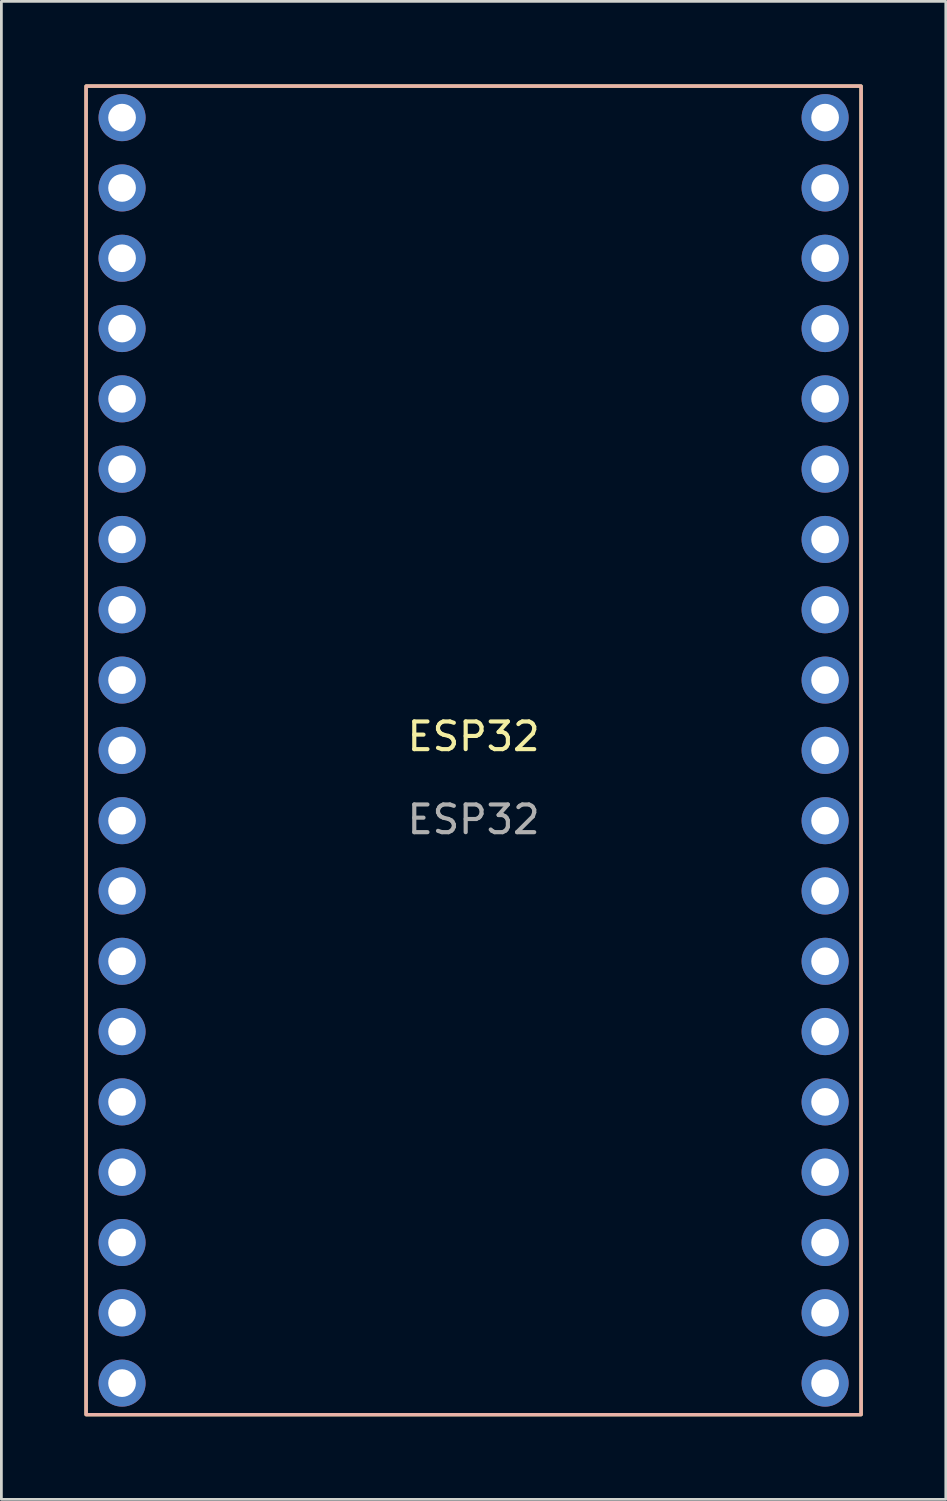
<source format=kicad_pcb>
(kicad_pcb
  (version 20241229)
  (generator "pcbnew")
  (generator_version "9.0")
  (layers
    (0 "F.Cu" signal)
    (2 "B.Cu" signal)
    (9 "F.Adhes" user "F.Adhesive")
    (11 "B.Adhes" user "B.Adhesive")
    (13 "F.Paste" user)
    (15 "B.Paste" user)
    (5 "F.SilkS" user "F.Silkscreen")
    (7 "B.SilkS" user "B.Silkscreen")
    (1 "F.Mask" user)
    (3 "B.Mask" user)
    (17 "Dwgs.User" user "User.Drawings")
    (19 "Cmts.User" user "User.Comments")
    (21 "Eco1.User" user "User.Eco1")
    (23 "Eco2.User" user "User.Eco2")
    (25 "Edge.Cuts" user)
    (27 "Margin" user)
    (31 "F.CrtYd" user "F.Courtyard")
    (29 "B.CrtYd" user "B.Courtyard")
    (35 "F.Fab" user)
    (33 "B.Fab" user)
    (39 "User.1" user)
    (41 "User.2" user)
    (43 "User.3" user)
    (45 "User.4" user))
  (footprint "ESP32"
    (layer "F.Cu")
    (at 14.06 24.06)
    (property "Reference" "ESP32" (at 0 -0.5 0) (unlocked yes) (layer "F.SilkS") (effects (font (size 1 1) (thickness 0.15))))
    (attr through_hole)
    (fp_rect (start -14 -24) (end 14 24) (stroke (width 0.12) (type solid)) (fill no) (layer "F.SilkS"))
    (fp_rect (start -14 -24) (end 14 24) (stroke (width 0.12) (type solid)) (fill no) (layer "B.SilkS"))
    (fp_text user "${REFERENCE}" (at 0 2.5 0) (unlocked yes) (layer "F.Fab") (effects (font (size 1 1) (thickness 0.15))))
    (pad "1" thru_hole circle (at -12.7 -22.86) (size 1.7 1.7) (drill 1) (layers "*.Cu" "*.Mask"))
    (pad "2" thru_hole circle (at -12.7 -20.32) (size 1.7 1.7) (drill 1) (layers "*.Cu" "*.Mask"))
    (pad "3" thru_hole circle (at -12.7 -17.78) (size 1.7 1.7) (drill 1) (layers "*.Cu" "*.Mask"))
    (pad "4" thru_hole circle (at -12.7 -15.24) (size 1.7 1.7) (drill 1) (layers "*.Cu" "*.Mask"))
    (pad "5" thru_hole circle (at -12.7 -12.7) (size 1.7 1.7) (drill 1) (layers "*.Cu" "*.Mask"))
    (pad "6" thru_hole circle (at -12.7 -10.16) (size 1.7 1.7) (drill 1) (layers "*.Cu" "*.Mask"))
    (pad "7" thru_hole circle (at -12.7 -7.62) (size 1.7 1.7) (drill 1) (layers "*.Cu" "*.Mask"))
    (pad "8" thru_hole circle (at -12.7 -5.08) (size 1.7 1.7) (drill 1) (layers "*.Cu" "*.Mask"))
    (pad "9" thru_hole circle (at -12.7 -2.54) (size 1.7 1.7) (drill 1) (layers "*.Cu" "*.Mask"))
    (pad "10" thru_hole circle (at -12.7 0) (size 1.7 1.7) (drill 1) (layers "*.Cu" "*.Mask"))
    (pad "11" thru_hole circle (at -12.7 2.54) (size 1.7 1.7) (drill 1) (layers "*.Cu" "*.Mask"))
    (pad "12" thru_hole circle (at -12.7 5.08) (size 1.7 1.7) (drill 1) (layers "*.Cu" "*.Mask"))
    (pad "13" thru_hole circle (at -12.7 7.62) (size 1.7 1.7) (drill 1) (layers "*.Cu" "*.Mask"))
    (pad "14" thru_hole circle (at -12.7 10.16) (size 1.7 1.7) (drill 1) (layers "*.Cu" "*.Mask"))
    (pad "15" thru_hole circle (at -12.7 12.7) (size 1.7 1.7) (drill 1) (layers "*.Cu" "*.Mask"))
    (pad "16" thru_hole circle (at -12.7 15.24) (size 1.7 1.7) (drill 1) (layers "*.Cu" "*.Mask"))
    (pad "17" thru_hole circle (at -12.7 17.78) (size 1.7 1.7) (drill 1) (layers "*.Cu" "*.Mask"))
    (pad "18" thru_hole circle (at -12.7 20.32) (size 1.7 1.7) (drill 1) (layers "*.Cu" "*.Mask"))
    (pad "19" thru_hole circle (at -12.7 22.86) (size 1.7 1.7) (drill 1) (layers "*.Cu" "*.Mask"))
    (pad "20" thru_hole circle (at 12.7 -22.86) (size 1.7 1.7) (drill 1) (layers "*.Cu" "*.Mask"))
    (pad "21" thru_hole circle (at 12.7 -20.32) (size 1.7 1.7) (drill 1) (layers "*.Cu" "*.Mask"))
    (pad "22" thru_hole circle (at 12.7 -17.78) (size 1.7 1.7) (drill 1) (layers "*.Cu" "*.Mask"))
    (pad "23" thru_hole circle (at 12.7 -15.24) (size 1.7 1.7) (drill 1) (layers "*.Cu" "*.Mask"))
    (pad "24" thru_hole circle (at 12.7 -12.7) (size 1.7 1.7) (drill 1) (layers "*.Cu" "*.Mask"))
    (pad "25" thru_hole circle (at 12.7 -10.16) (size 1.7 1.7) (drill 1) (layers "*.Cu" "*.Mask"))
    (pad "26" thru_hole circle (at 12.7 -7.62) (size 1.7 1.7) (drill 1) (layers "*.Cu" "*.Mask"))
    (pad "27" thru_hole circle (at 12.7 -5.08) (size 1.7 1.7) (drill 1) (layers "*.Cu" "*.Mask"))
    (pad "28" thru_hole circle (at 12.7 -2.54) (size 1.7 1.7) (drill 1) (layers "*.Cu" "*.Mask"))
    (pad "29" thru_hole circle (at 12.7 0) (size 1.7 1.7) (drill 1) (layers "*.Cu" "*.Mask"))
    (pad "30" thru_hole circle (at 12.7 2.54) (size 1.7 1.7) (drill 1) (layers "*.Cu" "*.Mask"))
    (pad "31" thru_hole circle (at 12.7 5.08) (size 1.7 1.7) (drill 1) (layers "*.Cu" "*.Mask"))
    (pad "32" thru_hole circle (at 12.7 7.62) (size 1.7 1.7) (drill 1) (layers "*.Cu" "*.Mask"))
    (pad "33" thru_hole circle (at 12.7 10.16) (size 1.7 1.7) (drill 1) (layers "*.Cu" "*.Mask"))
    (pad "34" thru_hole circle (at 12.7 12.7) (size 1.7 1.7) (drill 1) (layers "*.Cu" "*.Mask"))
    (pad "35" thru_hole circle (at 12.7 15.24) (size 1.7 1.7) (drill 1) (layers "*.Cu" "*.Mask"))
    (pad "36" thru_hole circle (at 12.7 17.78) (size 1.7 1.7) (drill 1) (layers "*.Cu" "*.Mask"))
    (pad "37" thru_hole circle (at 12.7 20.32) (size 1.7 1.7) (drill 1) (layers "*.Cu" "*.Mask"))
    (pad "38" thru_hole circle (at 12.7 22.86) (size 1.7 1.7) (drill 1) (layers "*.Cu" "*.Mask")))
  (gr_rect
    (start -3 -3)
    (end 31.12 51.12)
    (stroke (width 0.1) (type default))
    (fill no)
    (layer "Edge.Cuts")))
</source>
